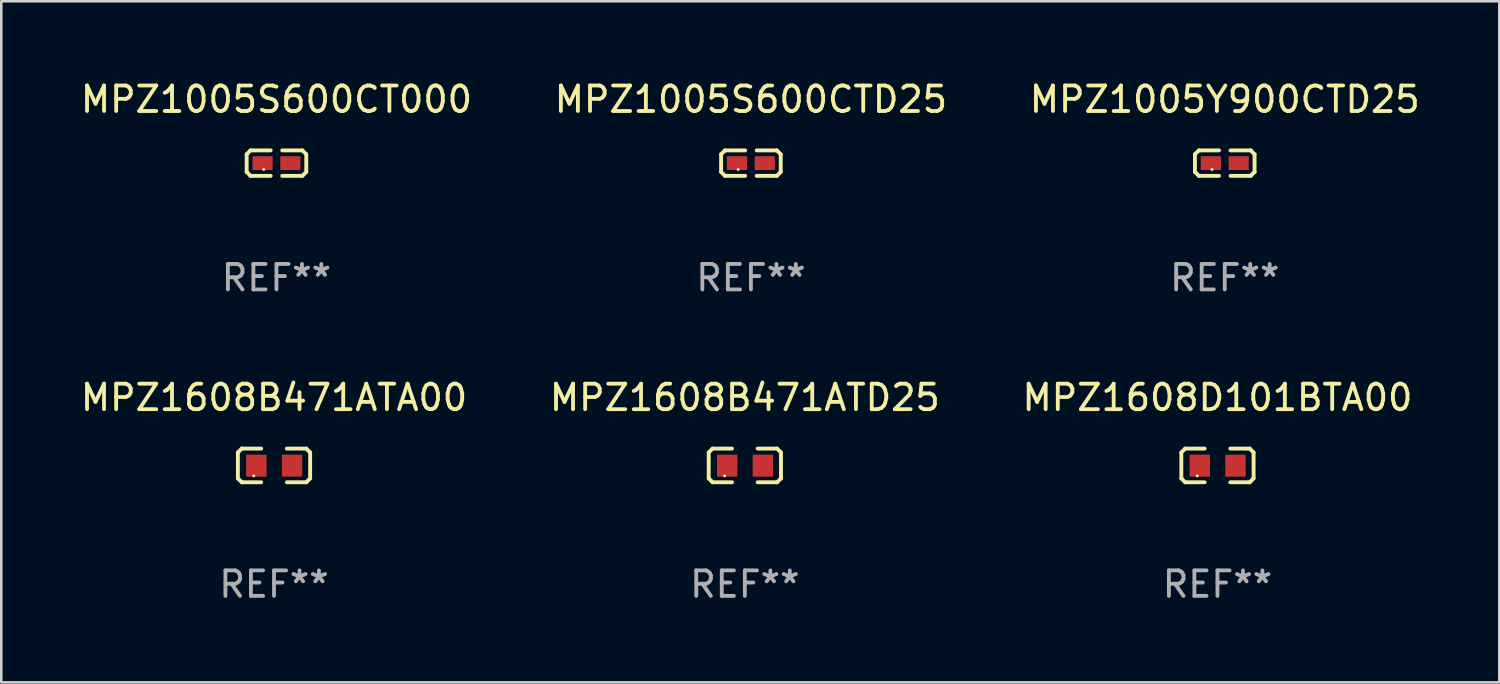
<source format=kicad_pcb>
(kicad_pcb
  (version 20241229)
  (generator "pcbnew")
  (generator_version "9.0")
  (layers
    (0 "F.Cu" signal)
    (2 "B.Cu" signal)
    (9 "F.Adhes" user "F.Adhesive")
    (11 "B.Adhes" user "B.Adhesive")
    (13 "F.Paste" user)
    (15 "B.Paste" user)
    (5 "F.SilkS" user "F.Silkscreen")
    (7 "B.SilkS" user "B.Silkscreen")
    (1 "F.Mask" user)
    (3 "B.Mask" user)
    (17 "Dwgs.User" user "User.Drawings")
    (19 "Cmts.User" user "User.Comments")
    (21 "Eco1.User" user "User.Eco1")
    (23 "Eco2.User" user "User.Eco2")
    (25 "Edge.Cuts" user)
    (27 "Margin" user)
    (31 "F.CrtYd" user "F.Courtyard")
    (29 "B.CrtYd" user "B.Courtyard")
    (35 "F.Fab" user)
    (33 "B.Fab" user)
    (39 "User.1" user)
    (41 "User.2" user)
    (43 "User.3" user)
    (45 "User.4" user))
  (footprint "MPZ1608B471ATD25"
    (layer "F.Cu")
    (at 26.161 15.203)
    (property "Reference" "MPZ1608B471ATD25" (at 0 -2.661 0) (layer "F.SilkS") (effects (font (size 1 1) (thickness 0.15))))
    (attr through_hole)
    (fp_line (start -1.417 -0.508) (end -1.265 -0.661) (stroke (width 0.152) (type solid)) (layer "F.SilkS"))
    (fp_line (start -1.417 0.508) (end -1.417 -0.508) (stroke (width 0.152) (type solid)) (layer "F.SilkS"))
    (fp_line (start -1.265 -0.661) (end -0.503 -0.661) (stroke (width 0.152) (type solid)) (layer "F.SilkS"))
    (fp_line (start -1.265 0.661) (end -1.417 0.508) (stroke (width 0.152) (type solid)) (layer "F.SilkS"))
    (fp_line (start -1.265 0.661) (end -0.503 0.661) (stroke (width 0.152) (type solid)) (layer "F.SilkS"))
    (fp_line (start 1.265 -0.661) (end 0.503 -0.661) (stroke (width 0.152) (type solid)) (layer "F.SilkS"))
    (fp_line (start 1.265 -0.661) (end 1.417 -0.508) (stroke (width 0.152) (type solid)) (layer "F.SilkS"))
    (fp_line (start 1.265 0.661) (end 0.503 0.661) (stroke (width 0.152) (type solid)) (layer "F.SilkS"))
    (fp_line (start 1.417 -0.508) (end 1.417 0.508) (stroke (width 0.152) (type solid)) (layer "F.SilkS"))
    (fp_line (start 1.417 0.508) (end 1.265 0.661) (stroke (width 0.152) (type solid)) (layer "F.SilkS"))
    (fp_circle (center -0.793 0.409) (end -0.763 0.409) (stroke (width 0.06) (type solid)) (fill no) (layer "F.SilkS"))
    (fp_text user "REF**" (at 0 4.661 0) (layer "F.Fab") (effects (font (size 1 1) (thickness 0.15))))
    (pad "1" smd rect (at -0.693 0.009 180) (size 0.8 0.864) (layers "F.Cu" "F.Mask" "F.Paste"))
    (pad "2" smd rect (at 0.707 0.009 180) (size 0.8 0.864) (layers "F.Cu" "F.Mask" "F.Paste")))
  (footprint "MPZ1005S600CT000"
    (layer "F.Cu")
    (at 7.792 3.347)
    (property "Reference" "MPZ1005S600CT000" (at 0 -2.499 0) (layer "F.SilkS") (effects (font (size 1 1) (thickness 0.15))))
    (attr through_hole)
    (fp_line (start -1.169 -0.346) (end -1.016 -0.499) (stroke (width 0.152) (type solid)) (layer "F.SilkS"))
    (fp_line (start -1.169 0.346) (end -1.169 -0.346) (stroke (width 0.152) (type solid)) (layer "F.SilkS"))
    (fp_line (start -1.016 -0.499) (end -0.226 -0.499) (stroke (width 0.152) (type solid)) (layer "F.SilkS"))
    (fp_line (start -1.016 0.499) (end -1.169 0.346) (stroke (width 0.152) (type solid)) (layer "F.SilkS"))
    (fp_line (start -0.226 0.499) (end -1.016 0.499) (stroke (width 0.152) (type solid)) (layer "F.SilkS"))
    (fp_line (start 0.226 0.499) (end 1.016 0.499) (stroke (width 0.152) (type solid)) (layer "F.SilkS"))
    (fp_line (start 1.016 -0.499) (end 0.226 -0.499) (stroke (width 0.152) (type solid)) (layer "F.SilkS"))
    (fp_line (start 1.016 0.499) (end 1.169 0.346) (stroke (width 0.152) (type solid)) (layer "F.SilkS"))
    (fp_line (start 1.169 -0.346) (end 1.016 -0.499) (stroke (width 0.152) (type solid)) (layer "F.SilkS"))
    (fp_line (start 1.169 0.346) (end 1.169 -0.346) (stroke (width 0.152) (type solid)) (layer "F.SilkS"))
    (fp_circle (center -0.5 0.25) (end -0.47 0.25) (stroke (width 0.06) (type solid)) (fill no) (layer "F.SilkS"))
    (fp_text user "REF**" (at 0 4.499 0) (layer "F.Fab") (effects (font (size 1 1) (thickness 0.15))))
    (pad "1" smd rect (at -0.545 0) (size 0.79 0.54) (layers "F.Cu" "F.Mask" "F.Paste"))
    (pad "2" smd rect (at 0.545 0) (size 0.79 0.54) (layers "F.Cu" "F.Mask" "F.Paste")))
  (footprint "MPZ1005S600CTD25"
    (layer "F.Cu")
    (at 26.399 3.347)
    (property "Reference" "MPZ1005S600CTD25" (at 0 -2.499 0) (layer "F.SilkS") (effects (font (size 1 1) (thickness 0.15))))
    (attr through_hole)
    (fp_line (start -1.169 -0.346) (end -1.016 -0.499) (stroke (width 0.152) (type solid)) (layer "F.SilkS"))
    (fp_line (start -1.169 0.346) (end -1.169 -0.346) (stroke (width 0.152) (type solid)) (layer "F.SilkS"))
    (fp_line (start -1.016 -0.499) (end -0.226 -0.499) (stroke (width 0.152) (type solid)) (layer "F.SilkS"))
    (fp_line (start -1.016 0.499) (end -1.169 0.346) (stroke (width 0.152) (type solid)) (layer "F.SilkS"))
    (fp_line (start -0.226 0.499) (end -1.016 0.499) (stroke (width 0.152) (type solid)) (layer "F.SilkS"))
    (fp_line (start 0.226 0.499) (end 1.016 0.499) (stroke (width 0.152) (type solid)) (layer "F.SilkS"))
    (fp_line (start 1.016 -0.499) (end 0.226 -0.499) (stroke (width 0.152) (type solid)) (layer "F.SilkS"))
    (fp_line (start 1.016 0.499) (end 1.169 0.346) (stroke (width 0.152) (type solid)) (layer "F.SilkS"))
    (fp_line (start 1.169 -0.346) (end 1.016 -0.499) (stroke (width 0.152) (type solid)) (layer "F.SilkS"))
    (fp_line (start 1.169 0.346) (end 1.169 -0.346) (stroke (width 0.152) (type solid)) (layer "F.SilkS"))
    (fp_circle (center -0.5 0.25) (end -0.47 0.25) (stroke (width 0.06) (type solid)) (fill no) (layer "F.SilkS"))
    (fp_text user "REF**" (at 0 4.499 0) (layer "F.Fab") (effects (font (size 1 1) (thickness 0.15))))
    (pad "1" smd rect (at -0.545 0) (size 0.79 0.54) (layers "F.Cu" "F.Mask" "F.Paste"))
    (pad "2" smd rect (at 0.545 0) (size 0.79 0.54) (layers "F.Cu" "F.Mask" "F.Paste")))
  (footprint "MPZ1005Y900CTD25"
    (layer "F.Cu")
    (at 44.982 3.347)
    (property "Reference" "MPZ1005Y900CTD25" (at 0 -2.499 0) (layer "F.SilkS") (effects (font (size 1 1) (thickness 0.15))))
    (attr through_hole)
    (fp_line (start -1.169 -0.346) (end -1.016 -0.499) (stroke (width 0.152) (type solid)) (layer "F.SilkS"))
    (fp_line (start -1.169 0.346) (end -1.169 -0.346) (stroke (width 0.152) (type solid)) (layer "F.SilkS"))
    (fp_line (start -1.016 -0.499) (end -0.226 -0.499) (stroke (width 0.152) (type solid)) (layer "F.SilkS"))
    (fp_line (start -1.016 0.499) (end -1.169 0.346) (stroke (width 0.152) (type solid)) (layer "F.SilkS"))
    (fp_line (start -0.226 0.499) (end -1.016 0.499) (stroke (width 0.152) (type solid)) (layer "F.SilkS"))
    (fp_line (start 0.226 0.499) (end 1.016 0.499) (stroke (width 0.152) (type solid)) (layer "F.SilkS"))
    (fp_line (start 1.016 -0.499) (end 0.226 -0.499) (stroke (width 0.152) (type solid)) (layer "F.SilkS"))
    (fp_line (start 1.016 0.499) (end 1.169 0.346) (stroke (width 0.152) (type solid)) (layer "F.SilkS"))
    (fp_line (start 1.169 -0.346) (end 1.016 -0.499) (stroke (width 0.152) (type solid)) (layer "F.SilkS"))
    (fp_line (start 1.169 0.346) (end 1.169 -0.346) (stroke (width 0.152) (type solid)) (layer "F.SilkS"))
    (fp_circle (center -0.5 0.25) (end -0.47 0.25) (stroke (width 0.06) (type solid)) (fill no) (layer "F.SilkS"))
    (fp_text user "REF**" (at 0 4.499 0) (layer "F.Fab") (effects (font (size 1 1) (thickness 0.15))))
    (pad "1" smd rect (at -0.545 0) (size 0.79 0.54) (layers "F.Cu" "F.Mask" "F.Paste"))
    (pad "2" smd rect (at 0.545 0) (size 0.79 0.54) (layers "F.Cu" "F.Mask" "F.Paste")))
  (footprint "MPZ1608B471ATA00"
    (layer "F.Cu")
    (at 7.696 15.203)
    (property "Reference" "MPZ1608B471ATA00" (at 0 -2.661 0) (layer "F.SilkS") (effects (font (size 1 1) (thickness 0.15))))
    (attr through_hole)
    (fp_line (start -1.417 -0.508) (end -1.265 -0.661) (stroke (width 0.152) (type solid)) (layer "F.SilkS"))
    (fp_line (start -1.417 0.508) (end -1.417 -0.508) (stroke (width 0.152) (type solid)) (layer "F.SilkS"))
    (fp_line (start -1.265 -0.661) (end -0.503 -0.661) (stroke (width 0.152) (type solid)) (layer "F.SilkS"))
    (fp_line (start -1.265 0.661) (end -1.417 0.508) (stroke (width 0.152) (type solid)) (layer "F.SilkS"))
    (fp_line (start -1.265 0.661) (end -0.503 0.661) (stroke (width 0.152) (type solid)) (layer "F.SilkS"))
    (fp_line (start 1.265 -0.661) (end 0.503 -0.661) (stroke (width 0.152) (type solid)) (layer "F.SilkS"))
    (fp_line (start 1.265 -0.661) (end 1.417 -0.508) (stroke (width 0.152) (type solid)) (layer "F.SilkS"))
    (fp_line (start 1.265 0.661) (end 0.503 0.661) (stroke (width 0.152) (type solid)) (layer "F.SilkS"))
    (fp_line (start 1.417 -0.508) (end 1.417 0.508) (stroke (width 0.152) (type solid)) (layer "F.SilkS"))
    (fp_line (start 1.417 0.508) (end 1.265 0.661) (stroke (width 0.152) (type solid)) (layer "F.SilkS"))
    (fp_circle (center -0.793 0.409) (end -0.763 0.409) (stroke (width 0.06) (type solid)) (fill no) (layer "F.SilkS"))
    (fp_text user "REF**" (at 0 4.661 0) (layer "F.Fab") (effects (font (size 1 1) (thickness 0.15))))
    (pad "1" smd rect (at -0.693 0.009 180) (size 0.8 0.864) (layers "F.Cu" "F.Mask" "F.Paste"))
    (pad "2" smd rect (at 0.707 0.009 180) (size 0.8 0.864) (layers "F.Cu" "F.Mask" "F.Paste")))
  (footprint "MPZ1608D101BTA00"
    (layer "F.Cu")
    (at 44.696 15.203)
    (property "Reference" "MPZ1608D101BTA00" (at 0 -2.661 0) (layer "F.SilkS") (effects (font (size 1 1) (thickness 0.15))))
    (attr through_hole)
    (fp_line (start -1.417 -0.508) (end -1.265 -0.661) (stroke (width 0.152) (type solid)) (layer "F.SilkS"))
    (fp_line (start -1.417 0.508) (end -1.417 -0.508) (stroke (width 0.152) (type solid)) (layer "F.SilkS"))
    (fp_line (start -1.265 -0.661) (end -0.503 -0.661) (stroke (width 0.152) (type solid)) (layer "F.SilkS"))
    (fp_line (start -1.265 0.661) (end -1.417 0.508) (stroke (width 0.152) (type solid)) (layer "F.SilkS"))
    (fp_line (start -1.265 0.661) (end -0.503 0.661) (stroke (width 0.152) (type solid)) (layer "F.SilkS"))
    (fp_line (start 1.265 -0.661) (end 0.503 -0.661) (stroke (width 0.152) (type solid)) (layer "F.SilkS"))
    (fp_line (start 1.265 -0.661) (end 1.417 -0.508) (stroke (width 0.152) (type solid)) (layer "F.SilkS"))
    (fp_line (start 1.265 0.661) (end 0.503 0.661) (stroke (width 0.152) (type solid)) (layer "F.SilkS"))
    (fp_line (start 1.417 -0.508) (end 1.417 0.508) (stroke (width 0.152) (type solid)) (layer "F.SilkS"))
    (fp_line (start 1.417 0.508) (end 1.265 0.661) (stroke (width 0.152) (type solid)) (layer "F.SilkS"))
    (fp_circle (center -0.793 0.409) (end -0.763 0.409) (stroke (width 0.06) (type solid)) (fill no) (layer "F.SilkS"))
    (fp_text user "REF**" (at 0 4.661 0) (layer "F.Fab") (effects (font (size 1 1) (thickness 0.15))))
    (pad "1" smd rect (at -0.693 0.009 180) (size 0.8 0.864) (layers "F.Cu" "F.Mask" "F.Paste"))
    (pad "2" smd rect (at 0.707 0.009 180) (size 0.8 0.864) (layers "F.Cu" "F.Mask" "F.Paste")))
  (gr_rect
    (start -3 -3)
    (end 55.75 23.711)
    (stroke (width 0.1) (type default))
    (fill no)
    (layer "Edge.Cuts")))
</source>
